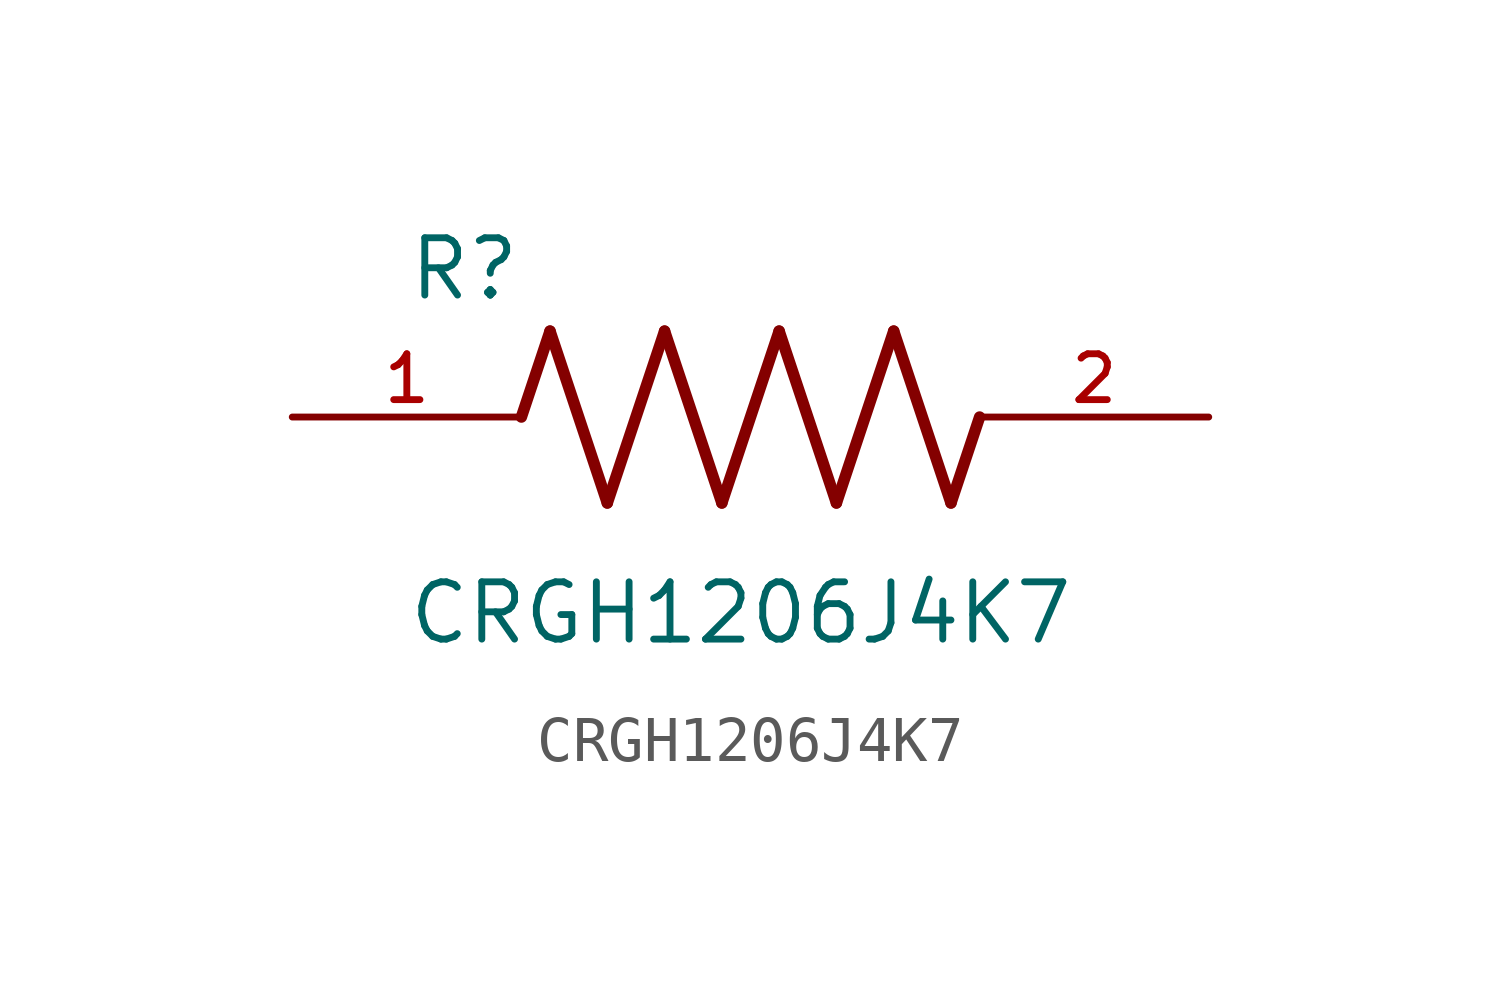
<source format=kicad_sym>
(kicad_symbol_lib
  (version 20211014)
  (generator kicad_symbol_editor)
  (symbol "CRGH1206J4K7"
    (pin_names
      (offset 1.016))
    (property "Reference" "R"
      (at -7.624 2.541 0)
      (effects (font (size 1.27 1.27)) (justify bottom left)))
    (property "Value" "CRGH1206J4K7"
      (at -7.63 -5.087 0)
      (effects (font (size 1.27 1.27)) (justify bottom left)))
    (symbol "CRGH1206J4K7_0_0"
      (polyline (pts (xy -5.08 0.0) (xy -4.445 1.905)) (stroke (width 0.254)))
      (polyline (pts (xy -4.445 1.905) (xy -3.175 -1.905)) (stroke (width 0.254)))
      (polyline (pts (xy -3.175 -1.905) (xy -1.905 1.905)) (stroke (width 0.254)))
      (polyline (pts (xy -1.905 1.905) (xy -0.635 -1.905)) (stroke (width 0.254)))
      (polyline (pts (xy -0.635 -1.905) (xy 0.635 1.905)) (stroke (width 0.254)))
      (polyline (pts (xy 0.635 1.905) (xy 1.905 -1.905)) (stroke (width 0.254)))
      (polyline (pts (xy 1.905 -1.905) (xy 3.175 1.905)) (stroke (width 0.254)))
      (polyline (pts (xy 3.175 1.905) (xy 4.445 -1.905)) (stroke (width 0.254)))
      (polyline (pts (xy 4.445 -1.905) (xy 5.08 0.0)) (stroke (width 0.254)))
      (pin passive line (at -10.16 0.0 0) (length 5.08) (name "~" (effects (font (size 1.016 1.016)))) (number "1" (effects (font (size 1.016 1.016)))))
      (pin passive line (at 10.16 0.0 180.0) (length 5.08) (name "~" (effects (font (size 1.016 1.016)))) (number "2" (effects (font (size 1.016 1.016))))))))
</source>
